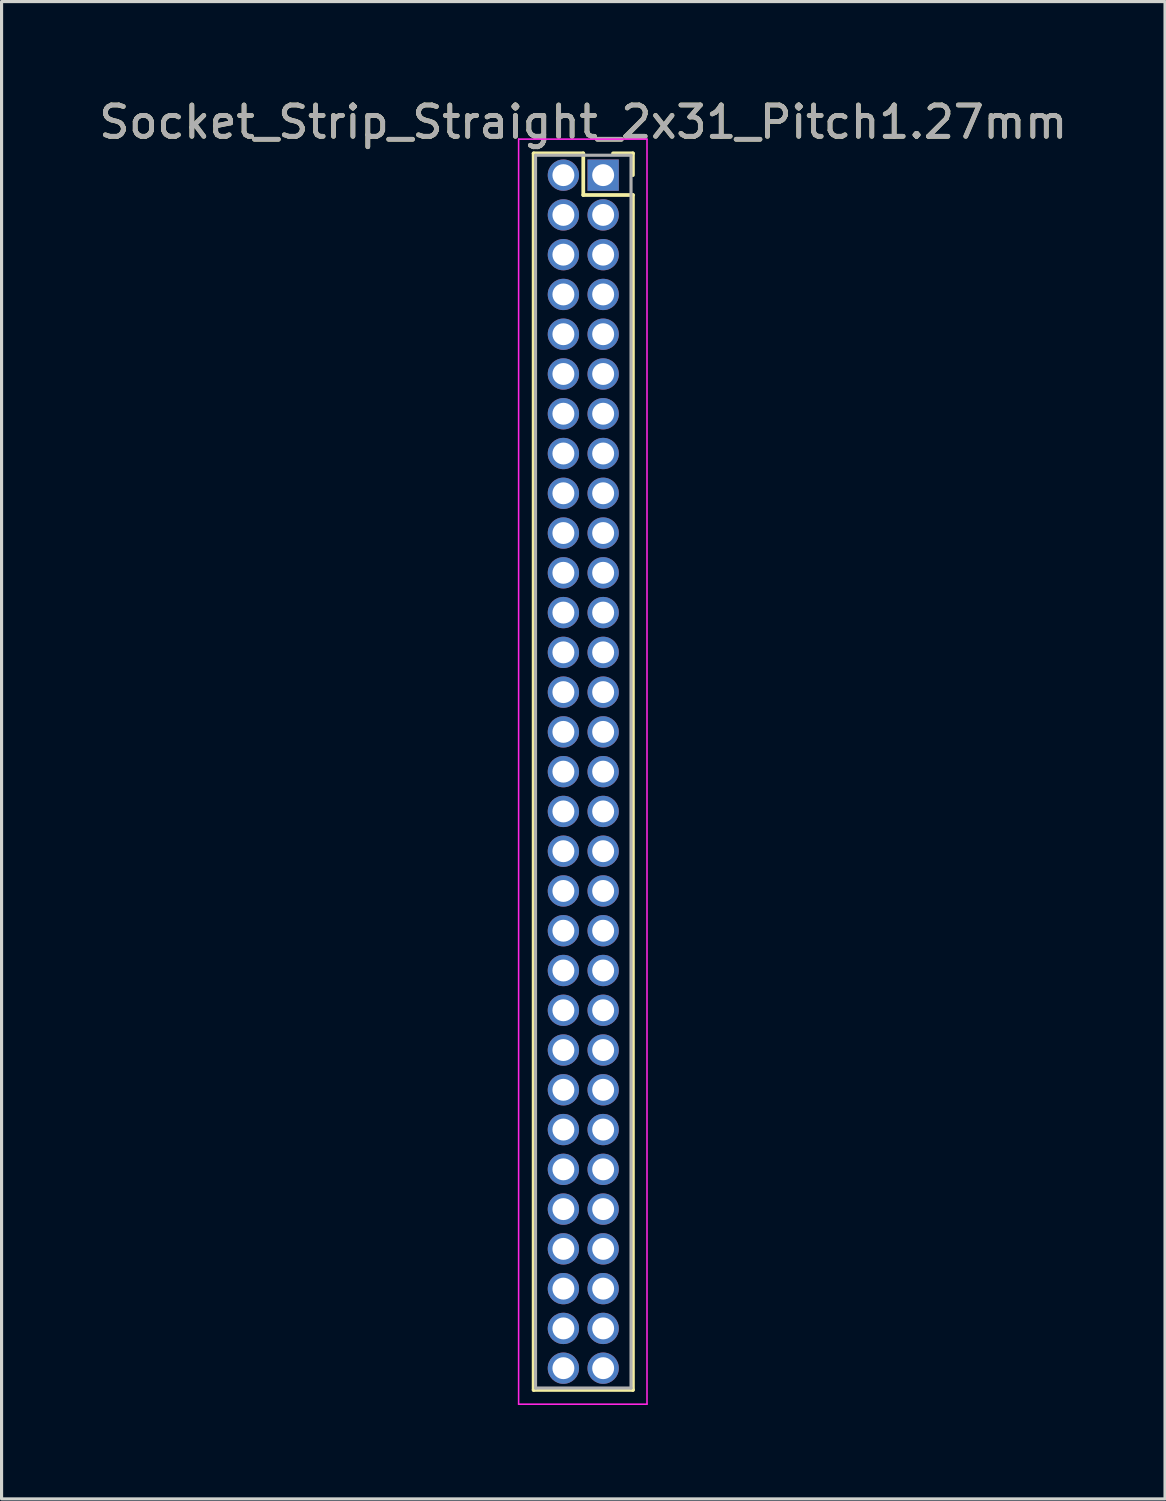
<source format=kicad_pcb>
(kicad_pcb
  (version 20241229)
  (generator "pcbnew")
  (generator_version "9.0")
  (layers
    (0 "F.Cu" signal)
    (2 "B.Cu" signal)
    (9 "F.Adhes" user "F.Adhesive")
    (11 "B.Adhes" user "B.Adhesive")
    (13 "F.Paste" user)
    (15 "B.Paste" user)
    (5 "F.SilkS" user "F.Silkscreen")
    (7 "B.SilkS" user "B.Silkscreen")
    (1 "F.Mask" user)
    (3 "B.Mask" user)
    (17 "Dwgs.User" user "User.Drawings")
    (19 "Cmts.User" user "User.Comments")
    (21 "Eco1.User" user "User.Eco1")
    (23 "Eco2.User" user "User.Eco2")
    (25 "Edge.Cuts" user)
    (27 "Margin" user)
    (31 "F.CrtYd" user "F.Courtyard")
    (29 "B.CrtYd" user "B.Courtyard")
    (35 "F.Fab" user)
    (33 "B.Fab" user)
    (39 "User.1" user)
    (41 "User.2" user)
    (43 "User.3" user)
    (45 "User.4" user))
  (footprint "Socket_Strip_Straight_2x31_Pitch1.27mm"
    (layer "F.Cu")
    (at 16.212 2.543)
    (property "Reference" "Socket_Strip_Straight_2x31_Pitch1.27mm" (at -0.635 -1.695 0) (layer "F.SilkS") (effects (font (size 1 1) (thickness 0.15))))
    (attr through_hole)
    (fp_line (start -2.22 -0.695) (end -0.635 -0.695) (stroke (width 0.12) (type solid)) (layer "F.SilkS"))
    (fp_line (start -2.22 38.795) (end -2.22 -0.695) (stroke (width 0.12) (type solid)) (layer "F.SilkS"))
    (fp_line (start -0.635 -0.695) (end -0.635 0.635) (stroke (width 0.12) (type solid)) (layer "F.SilkS"))
    (fp_line (start -0.635 0.635) (end 0.95 0.635) (stroke (width 0.12) (type solid)) (layer "F.SilkS"))
    (fp_line (start 0.95 -0.695) (end 0.315 -0.695) (stroke (width 0.12) (type solid)) (layer "F.SilkS"))
    (fp_line (start 0.95 0) (end 0.95 -0.695) (stroke (width 0.12) (type solid)) (layer "F.SilkS"))
    (fp_line (start 0.95 0.635) (end 0.95 38.795) (stroke (width 0.12) (type solid)) (layer "F.SilkS"))
    (fp_line (start 0.95 38.795) (end -2.22 38.795) (stroke (width 0.12) (type solid)) (layer "F.SilkS"))
    (fp_line (start -2.7 -1.15) (end -2.7 39.25) (stroke (width 0.05) (type solid)) (layer "F.CrtYd"))
    (fp_line (start -2.7 39.25) (end 1.4 39.25) (stroke (width 0.05) (type solid)) (layer "F.CrtYd"))
    (fp_line (start 1.4 -1.15) (end -2.7 -1.15) (stroke (width 0.05) (type solid)) (layer "F.CrtYd"))
    (fp_line (start 1.4 39.25) (end 1.4 -1.15) (stroke (width 0.05) (type solid)) (layer "F.CrtYd"))
    (fp_line (start -2.16 -0.635) (end -2.16 38.735) (stroke (width 0.1) (type solid)) (layer "F.Fab"))
    (fp_line (start -2.16 38.735) (end 0.89 38.735) (stroke (width 0.1) (type solid)) (layer "F.Fab"))
    (fp_line (start 0.89 -0.635) (end -2.16 -0.635) (stroke (width 0.1) (type solid)) (layer "F.Fab"))
    (fp_line (start 0.89 38.735) (end 0.89 -0.635) (stroke (width 0.1) (type solid)) (layer "F.Fab"))
    (fp_text user "${REFERENCE}" (at -0.635 -1.695 0) (layer "F.Fab") (effects (font (size 1 1) (thickness 0.15))))
    (pad "1" thru_hole rect (at 0 0) (size 1 1) (drill 0.7) (layers "*.Cu" "*.Mask"))
    (pad "2" thru_hole oval (at -1.27 0) (size 1 1) (drill 0.7) (layers "*.Cu" "*.Mask"))
    (pad "3" thru_hole oval (at 0 1.27) (size 1 1) (drill 0.7) (layers "*.Cu" "*.Mask"))
    (pad "4" thru_hole oval (at -1.27 1.27) (size 1 1) (drill 0.7) (layers "*.Cu" "*.Mask"))
    (pad "5" thru_hole oval (at 0 2.54) (size 1 1) (drill 0.7) (layers "*.Cu" "*.Mask"))
    (pad "6" thru_hole oval (at -1.27 2.54) (size 1 1) (drill 0.7) (layers "*.Cu" "*.Mask"))
    (pad "7" thru_hole oval (at 0 3.81) (size 1 1) (drill 0.7) (layers "*.Cu" "*.Mask"))
    (pad "8" thru_hole oval (at -1.27 3.81) (size 1 1) (drill 0.7) (layers "*.Cu" "*.Mask"))
    (pad "9" thru_hole oval (at 0 5.08) (size 1 1) (drill 0.7) (layers "*.Cu" "*.Mask"))
    (pad "10" thru_hole oval (at -1.27 5.08) (size 1 1) (drill 0.7) (layers "*.Cu" "*.Mask"))
    (pad "11" thru_hole oval (at 0 6.35) (size 1 1) (drill 0.7) (layers "*.Cu" "*.Mask"))
    (pad "12" thru_hole oval (at -1.27 6.35) (size 1 1) (drill 0.7) (layers "*.Cu" "*.Mask"))
    (pad "13" thru_hole oval (at 0 7.62) (size 1 1) (drill 0.7) (layers "*.Cu" "*.Mask"))
    (pad "14" thru_hole oval (at -1.27 7.62) (size 1 1) (drill 0.7) (layers "*.Cu" "*.Mask"))
    (pad "15" thru_hole oval (at 0 8.89) (size 1 1) (drill 0.7) (layers "*.Cu" "*.Mask"))
    (pad "16" thru_hole oval (at -1.27 8.89) (size 1 1) (drill 0.7) (layers "*.Cu" "*.Mask"))
    (pad "17" thru_hole oval (at 0 10.16) (size 1 1) (drill 0.7) (layers "*.Cu" "*.Mask"))
    (pad "18" thru_hole oval (at -1.27 10.16) (size 1 1) (drill 0.7) (layers "*.Cu" "*.Mask"))
    (pad "19" thru_hole oval (at 0 11.43) (size 1 1) (drill 0.7) (layers "*.Cu" "*.Mask"))
    (pad "20" thru_hole oval (at -1.27 11.43) (size 1 1) (drill 0.7) (layers "*.Cu" "*.Mask"))
    (pad "21" thru_hole oval (at 0 12.7) (size 1 1) (drill 0.7) (layers "*.Cu" "*.Mask"))
    (pad "22" thru_hole oval (at -1.27 12.7) (size 1 1) (drill 0.7) (layers "*.Cu" "*.Mask"))
    (pad "23" thru_hole oval (at 0 13.97) (size 1 1) (drill 0.7) (layers "*.Cu" "*.Mask"))
    (pad "24" thru_hole oval (at -1.27 13.97) (size 1 1) (drill 0.7) (layers "*.Cu" "*.Mask"))
    (pad "25" thru_hole oval (at 0 15.24) (size 1 1) (drill 0.7) (layers "*.Cu" "*.Mask"))
    (pad "26" thru_hole oval (at -1.27 15.24) (size 1 1) (drill 0.7) (layers "*.Cu" "*.Mask"))
    (pad "27" thru_hole oval (at 0 16.51) (size 1 1) (drill 0.7) (layers "*.Cu" "*.Mask"))
    (pad "28" thru_hole oval (at -1.27 16.51) (size 1 1) (drill 0.7) (layers "*.Cu" "*.Mask"))
    (pad "29" thru_hole oval (at 0 17.78) (size 1 1) (drill 0.7) (layers "*.Cu" "*.Mask"))
    (pad "30" thru_hole oval (at -1.27 17.78) (size 1 1) (drill 0.7) (layers "*.Cu" "*.Mask"))
    (pad "31" thru_hole oval (at 0 19.05) (size 1 1) (drill 0.7) (layers "*.Cu" "*.Mask"))
    (pad "32" thru_hole oval (at -1.27 19.05) (size 1 1) (drill 0.7) (layers "*.Cu" "*.Mask"))
    (pad "33" thru_hole oval (at 0 20.32) (size 1 1) (drill 0.7) (layers "*.Cu" "*.Mask"))
    (pad "34" thru_hole oval (at -1.27 20.32) (size 1 1) (drill 0.7) (layers "*.Cu" "*.Mask"))
    (pad "35" thru_hole oval (at 0 21.59) (size 1 1) (drill 0.7) (layers "*.Cu" "*.Mask"))
    (pad "36" thru_hole oval (at -1.27 21.59) (size 1 1) (drill 0.7) (layers "*.Cu" "*.Mask"))
    (pad "37" thru_hole oval (at 0 22.86) (size 1 1) (drill 0.7) (layers "*.Cu" "*.Mask"))
    (pad "38" thru_hole oval (at -1.27 22.86) (size 1 1) (drill 0.7) (layers "*.Cu" "*.Mask"))
    (pad "39" thru_hole oval (at 0 24.13) (size 1 1) (drill 0.7) (layers "*.Cu" "*.Mask"))
    (pad "40" thru_hole oval (at -1.27 24.13) (size 1 1) (drill 0.7) (layers "*.Cu" "*.Mask"))
    (pad "41" thru_hole oval (at 0 25.4) (size 1 1) (drill 0.7) (layers "*.Cu" "*.Mask"))
    (pad "42" thru_hole oval (at -1.27 25.4) (size 1 1) (drill 0.7) (layers "*.Cu" "*.Mask"))
    (pad "43" thru_hole oval (at 0 26.67) (size 1 1) (drill 0.7) (layers "*.Cu" "*.Mask"))
    (pad "44" thru_hole oval (at -1.27 26.67) (size 1 1) (drill 0.7) (layers "*.Cu" "*.Mask"))
    (pad "45" thru_hole oval (at 0 27.94) (size 1 1) (drill 0.7) (layers "*.Cu" "*.Mask"))
    (pad "46" thru_hole oval (at -1.27 27.94) (size 1 1) (drill 0.7) (layers "*.Cu" "*.Mask"))
    (pad "47" thru_hole oval (at 0 29.21) (size 1 1) (drill 0.7) (layers "*.Cu" "*.Mask"))
    (pad "48" thru_hole oval (at -1.27 29.21) (size 1 1) (drill 0.7) (layers "*.Cu" "*.Mask"))
    (pad "49" thru_hole oval (at 0 30.48) (size 1 1) (drill 0.7) (layers "*.Cu" "*.Mask"))
    (pad "50" thru_hole oval (at -1.27 30.48) (size 1 1) (drill 0.7) (layers "*.Cu" "*.Mask"))
    (pad "51" thru_hole oval (at 0 31.75) (size 1 1) (drill 0.7) (layers "*.Cu" "*.Mask"))
    (pad "52" thru_hole oval (at -1.27 31.75) (size 1 1) (drill 0.7) (layers "*.Cu" "*.Mask"))
    (pad "53" thru_hole oval (at 0 33.02) (size 1 1) (drill 0.7) (layers "*.Cu" "*.Mask"))
    (pad "54" thru_hole oval (at -1.27 33.02) (size 1 1) (drill 0.7) (layers "*.Cu" "*.Mask"))
    (pad "55" thru_hole oval (at 0 34.29) (size 1 1) (drill 0.7) (layers "*.Cu" "*.Mask"))
    (pad "56" thru_hole oval (at -1.27 34.29) (size 1 1) (drill 0.7) (layers "*.Cu" "*.Mask"))
    (pad "57" thru_hole oval (at 0 35.56) (size 1 1) (drill 0.7) (layers "*.Cu" "*.Mask"))
    (pad "58" thru_hole oval (at -1.27 35.56) (size 1 1) (drill 0.7) (layers "*.Cu" "*.Mask"))
    (pad "59" thru_hole oval (at 0 36.83) (size 1 1) (drill 0.7) (layers "*.Cu" "*.Mask"))
    (pad "60" thru_hole oval (at -1.27 36.83) (size 1 1) (drill 0.7) (layers "*.Cu" "*.Mask"))
    (pad "61" thru_hole oval (at 0 38.1) (size 1 1) (drill 0.7) (layers "*.Cu" "*.Mask"))
    (pad "62" thru_hole oval (at -1.27 38.1) (size 1 1) (drill 0.7) (layers "*.Cu" "*.Mask")))
  (gr_rect
    (start -3 -3)
    (end 34.155 44.818)
    (stroke (width 0.1) (type default))
    (fill no)
    (layer "Edge.Cuts")))
</source>
